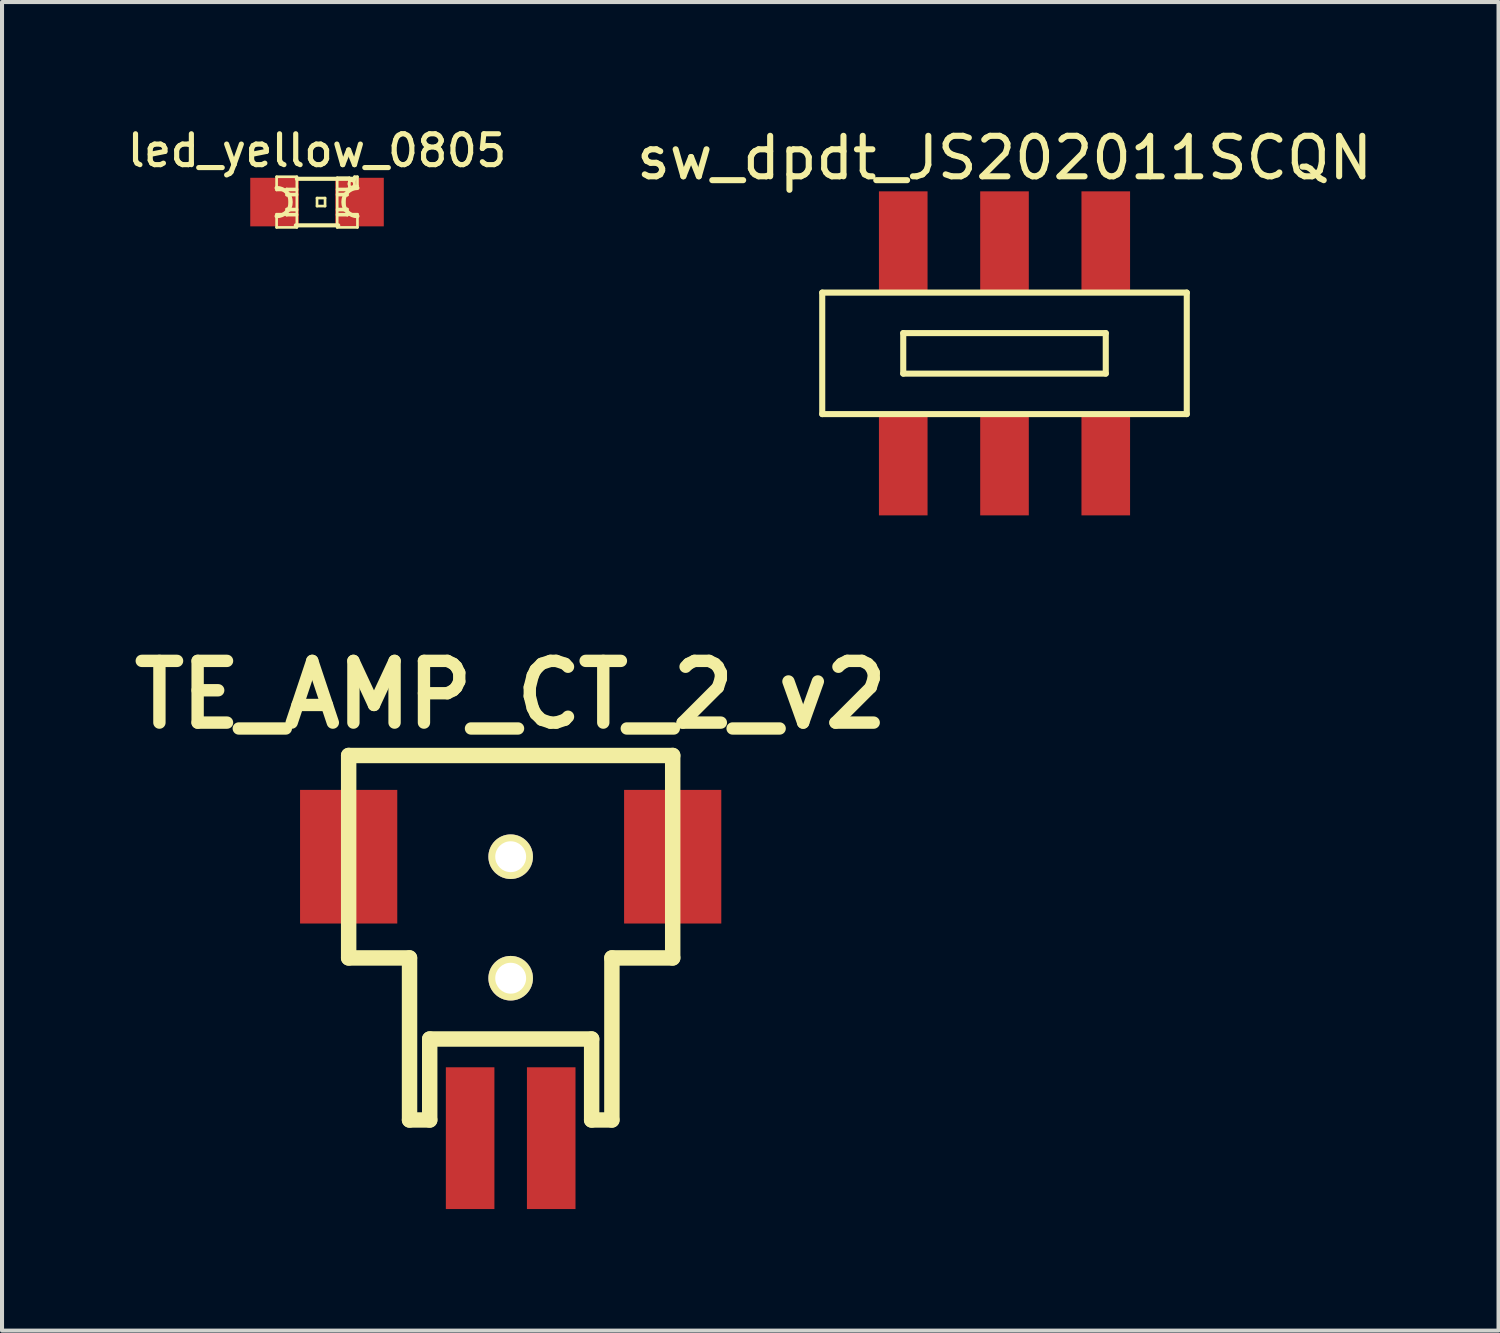
<source format=kicad_pcb>
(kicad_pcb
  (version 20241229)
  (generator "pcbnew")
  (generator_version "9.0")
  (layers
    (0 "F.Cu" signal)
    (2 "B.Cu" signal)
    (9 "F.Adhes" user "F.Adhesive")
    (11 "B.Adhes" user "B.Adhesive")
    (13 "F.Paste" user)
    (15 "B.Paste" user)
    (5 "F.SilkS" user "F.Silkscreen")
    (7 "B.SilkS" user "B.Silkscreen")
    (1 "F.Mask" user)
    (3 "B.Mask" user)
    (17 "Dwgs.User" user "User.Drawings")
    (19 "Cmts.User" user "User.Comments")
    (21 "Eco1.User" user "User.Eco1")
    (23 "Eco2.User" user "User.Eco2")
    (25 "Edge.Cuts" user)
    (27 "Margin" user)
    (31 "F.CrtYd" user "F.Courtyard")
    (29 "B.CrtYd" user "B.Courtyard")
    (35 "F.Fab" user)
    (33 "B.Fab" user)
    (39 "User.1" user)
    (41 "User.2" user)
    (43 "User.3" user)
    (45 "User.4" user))
  (footprint "led_yellow_0805"
    (layer "F.Cu")
    (at 4.777 1.939)
    (property "Reference" "led_yellow_0805" (at 0 -1.27 0) (layer "F.SilkS") (effects (font (size 0.762 0.762) (thickness 0.127))))
    (attr smd)
    (fp_line (start -0.998 -0.625) (end -0.998 -0.3) (stroke (width 0.066) (type solid)) (layer "F.SilkS"))
    (fp_line (start -0.998 -0.625) (end -0.498 -0.625) (stroke (width 0.066) (type solid)) (layer "F.SilkS"))
    (fp_line (start -0.998 -0.3) (end -0.498 -0.3) (stroke (width 0.066) (type solid)) (layer "F.SilkS"))
    (fp_line (start -0.998 0.3) (end -0.998 0.625) (stroke (width 0.066) (type solid)) (layer "F.SilkS"))
    (fp_line (start -0.998 0.3) (end -0.498 0.3) (stroke (width 0.066) (type solid)) (layer "F.SilkS"))
    (fp_line (start -0.998 0.625) (end -0.498 0.625) (stroke (width 0.066) (type solid)) (layer "F.SilkS"))
    (fp_line (start -0.749 -0.323) (end -0.749 -0.173) (stroke (width 0.066) (type solid)) (layer "F.SilkS"))
    (fp_line (start -0.749 -0.323) (end -0.498 -0.323) (stroke (width 0.066) (type solid)) (layer "F.SilkS"))
    (fp_line (start -0.749 -0.173) (end -0.498 -0.173) (stroke (width 0.066) (type solid)) (layer "F.SilkS"))
    (fp_line (start -0.749 0.173) (end -0.749 0.323) (stroke (width 0.066) (type solid)) (layer "F.SilkS"))
    (fp_line (start -0.749 0.173) (end -0.498 0.173) (stroke (width 0.066) (type solid)) (layer "F.SilkS"))
    (fp_line (start -0.749 0.323) (end -0.498 0.323) (stroke (width 0.066) (type solid)) (layer "F.SilkS"))
    (fp_line (start -0.673 -0.198) (end -0.673 0.198) (stroke (width 0.066) (type solid)) (layer "F.SilkS"))
    (fp_line (start -0.673 -0.198) (end -0.498 -0.198) (stroke (width 0.066) (type solid)) (layer "F.SilkS"))
    (fp_line (start -0.673 0.198) (end -0.498 0.198) (stroke (width 0.066) (type solid)) (layer "F.SilkS"))
    (fp_line (start -0.498 -0.625) (end -0.498 -0.3) (stroke (width 0.066) (type solid)) (layer "F.SilkS"))
    (fp_line (start -0.498 -0.574) (end 0.925 -0.574) (stroke (width 0.102) (type solid)) (layer "F.SilkS"))
    (fp_line (start -0.498 -0.323) (end -0.498 -0.173) (stroke (width 0.066) (type solid)) (layer "F.SilkS"))
    (fp_line (start -0.498 -0.198) (end -0.498 0.198) (stroke (width 0.066) (type solid)) (layer "F.SilkS"))
    (fp_line (start -0.498 0.173) (end -0.498 0.323) (stroke (width 0.066) (type solid)) (layer "F.SilkS"))
    (fp_line (start -0.498 0.3) (end -0.498 0.625) (stroke (width 0.066) (type solid)) (layer "F.SilkS"))
    (fp_line (start 0 -0.099) (end 0 0.099) (stroke (width 0.066) (type solid)) (layer "F.SilkS"))
    (fp_line (start 0 -0.099) (end 0.198 -0.099) (stroke (width 0.066) (type solid)) (layer "F.SilkS"))
    (fp_line (start 0 0.099) (end 0.198 0.099) (stroke (width 0.066) (type solid)) (layer "F.SilkS"))
    (fp_line (start 0.198 -0.099) (end 0.198 0.099) (stroke (width 0.066) (type solid)) (layer "F.SilkS"))
    (fp_line (start 0.498 -0.599) (end 0.498 -0.3) (stroke (width 0.066) (type solid)) (layer "F.SilkS"))
    (fp_line (start 0.498 -0.599) (end 0.798 -0.599) (stroke (width 0.066) (type solid)) (layer "F.SilkS"))
    (fp_line (start 0.498 -0.323) (end 0.498 -0.173) (stroke (width 0.066) (type solid)) (layer "F.SilkS"))
    (fp_line (start 0.498 -0.323) (end 0.749 -0.323) (stroke (width 0.066) (type solid)) (layer "F.SilkS"))
    (fp_line (start 0.498 -0.3) (end 0.798 -0.3) (stroke (width 0.066) (type solid)) (layer "F.SilkS"))
    (fp_line (start 0.498 -0.198) (end 0.498 0.198) (stroke (width 0.066) (type solid)) (layer "F.SilkS"))
    (fp_line (start 0.498 -0.198) (end 0.673 -0.198) (stroke (width 0.066) (type solid)) (layer "F.SilkS"))
    (fp_line (start 0.498 -0.173) (end 0.749 -0.173) (stroke (width 0.066) (type solid)) (layer "F.SilkS"))
    (fp_line (start 0.498 0.173) (end 0.498 0.323) (stroke (width 0.066) (type solid)) (layer "F.SilkS"))
    (fp_line (start 0.498 0.173) (end 0.749 0.173) (stroke (width 0.066) (type solid)) (layer "F.SilkS"))
    (fp_line (start 0.498 0.198) (end 0.673 0.198) (stroke (width 0.066) (type solid)) (layer "F.SilkS"))
    (fp_line (start 0.498 0.3) (end 0.498 0.625) (stroke (width 0.066) (type solid)) (layer "F.SilkS"))
    (fp_line (start 0.498 0.3) (end 0.998 0.3) (stroke (width 0.066) (type solid)) (layer "F.SilkS"))
    (fp_line (start 0.498 0.323) (end 0.749 0.323) (stroke (width 0.066) (type solid)) (layer "F.SilkS"))
    (fp_line (start 0.498 0.625) (end 0.998 0.625) (stroke (width 0.066) (type solid)) (layer "F.SilkS"))
    (fp_line (start 0.523 0.574) (end -0.523 0.574) (stroke (width 0.102) (type solid)) (layer "F.SilkS"))
    (fp_line (start 0.673 -0.198) (end 0.673 0.198) (stroke (width 0.066) (type solid)) (layer "F.SilkS"))
    (fp_line (start 0.749 -0.323) (end 0.749 -0.173) (stroke (width 0.066) (type solid)) (layer "F.SilkS"))
    (fp_line (start 0.749 0.173) (end 0.749 0.323) (stroke (width 0.066) (type solid)) (layer "F.SilkS"))
    (fp_line (start 0.798 -0.599) (end 0.798 -0.3) (stroke (width 0.066) (type solid)) (layer "F.SilkS"))
    (fp_line (start 0.925 -0.625) (end 0.925 -0.399) (stroke (width 0.066) (type solid)) (layer "F.SilkS"))
    (fp_line (start 0.925 -0.625) (end 0.998 -0.625) (stroke (width 0.066) (type solid)) (layer "F.SilkS"))
    (fp_line (start 0.925 -0.399) (end 0.998 -0.399) (stroke (width 0.066) (type solid)) (layer "F.SilkS"))
    (fp_line (start 0.998 -0.625) (end 0.998 -0.399) (stroke (width 0.066) (type solid)) (layer "F.SilkS"))
    (fp_line (start 0.998 0.3) (end 0.998 0.625) (stroke (width 0.066) (type solid)) (layer "F.SilkS"))
    (fp_arc (start -0.99822 -0.34798) (mid -0.65024 0) (end -0.99822 0.34798) (stroke (width 0.1016) (type solid)) (layer "F.SilkS"))
    (fp_arc (start 0.99822 0.34798) (mid 0.65024 0) (end 0.99822 -0.34798) (stroke (width 0.1016) (type solid)) (layer "F.SilkS"))
    (fp_circle (center 0.848 -0.45) (end 0.899 -0.5) (stroke (width 0.051) (type solid)) (fill no) (layer "F.SilkS"))
    (pad "1" smd rect (at -1.049 0) (size 1.199 1.199) (layers "F.Cu" "F.Mask" "F.Paste"))
    (pad "2" smd rect (at 1.049 0) (size 1.199 1.199) (layers "F.Cu" "F.Mask" "F.Paste")))
  (footprint "sw_dpdt_JS202011SCQN"
    (layer "F.Cu")
    (at 21.75 5.674)
    (property "Reference" "sw_dpdt_JS202011SCQN" (at 0 -4.826 0) (layer "F.SilkS") (effects (font (size 1 1) (thickness 0.15))))
    (attr through_hole)
    (fp_line (start -4.5 -1.5) (end 4.5 -1.5) (stroke (width 0.15) (type solid)) (layer "F.SilkS"))
    (fp_line (start -4.5 1.5) (end -4.5 -1.5) (stroke (width 0.15) (type solid)) (layer "F.SilkS"))
    (fp_line (start -2.5 -0.5) (end 2.5 -0.5) (stroke (width 0.15) (type solid)) (layer "F.SilkS"))
    (fp_line (start -2.5 0.5) (end -2.5 -0.5) (stroke (width 0.15) (type solid)) (layer "F.SilkS"))
    (fp_line (start 2.5 -0.5) (end 2.5 0.5) (stroke (width 0.15) (type solid)) (layer "F.SilkS"))
    (fp_line (start 2.5 0.5) (end -2.5 0.5) (stroke (width 0.15) (type solid)) (layer "F.SilkS"))
    (fp_line (start 4.5 -1.5) (end 4.5 1.5) (stroke (width 0.15) (type solid)) (layer "F.SilkS"))
    (fp_line (start 4.5 1.5) (end -4.5 1.5) (stroke (width 0.15) (type solid)) (layer "F.SilkS"))
    (pad "1" smd rect (at -2.5 2.75) (size 1.2 2.5) (layers "F.Cu" "F.Mask" "F.Paste"))
    (pad "2" smd rect (at 0 2.75) (size 1.2 2.5) (layers "F.Cu" "F.Mask" "F.Paste"))
    (pad "3" smd rect (at 2.5 2.75) (size 1.2 2.5) (layers "F.Cu" "F.Mask" "F.Paste"))
    (pad "4" smd rect (at 2.5 -2.75) (size 1.2 2.5) (layers "F.Cu" "F.Mask" "F.Paste"))
    (pad "5" smd rect (at 0 -2.75) (size 1.2 2.5) (layers "F.Cu" "F.Mask" "F.Paste"))
    (pad "6" smd rect (at -2.5 -2.75) (size 1.2 2.5) (layers "F.Cu" "F.Mask" "F.Paste")))
  (footprint "TE_AMP_CT_2_v2"
    (layer "F.Cu")
    (at 9.558 18.101)
    (property "Reference" "TE_AMP_CT_2_v2" (at 0 -4 0) (layer "F.SilkS") (effects (font (size 1.524 1.524) (thickness 0.305))))
    (attr through_hole)
    (fp_line (start -4 -2.499) (end 4 -2.499) (stroke (width 0.381) (type solid)) (layer "F.SilkS"))
    (fp_line (start -4 2.499) (end -4 -2.499) (stroke (width 0.381) (type solid)) (layer "F.SilkS"))
    (fp_line (start -2.499 2.499) (end -4 2.499) (stroke (width 0.381) (type solid)) (layer "F.SilkS"))
    (fp_line (start -2.497 6.5) (end -2.497 2.499) (stroke (width 0.381) (type solid)) (layer "F.SilkS"))
    (fp_line (start -1.999 4.501) (end -1.999 6.5) (stroke (width 0.381) (type solid)) (layer "F.SilkS"))
    (fp_line (start -1.999 6.5) (end -2.497 6.5) (stroke (width 0.381) (type solid)) (layer "F.SilkS"))
    (fp_line (start 1.999 4.501) (end -1.999 4.501) (stroke (width 0.381) (type solid)) (layer "F.SilkS"))
    (fp_line (start 1.999 6.5) (end 1.999 4.501) (stroke (width 0.381) (type solid)) (layer "F.SilkS"))
    (fp_line (start 2.497 6.5) (end 1.999 6.5) (stroke (width 0.381) (type solid)) (layer "F.SilkS"))
    (fp_line (start 2.499 2.499) (end 2.499 6.5) (stroke (width 0.381) (type solid)) (layer "F.SilkS"))
    (fp_line (start 4 -2.499) (end 4 2.499) (stroke (width 0.381) (type solid)) (layer "F.SilkS"))
    (fp_line (start 4 2.499) (end 2.499 2.499) (stroke (width 0.381) (type solid)) (layer "F.SilkS"))
    (pad "" smd rect (at -4 0) (size 2.4 3.299) (layers "F.Cu" "F.Mask" "F.Paste"))
    (pad "" np_thru_hole circle (at 0 0) (size 1.1 1.1) (drill 0.762) (layers "*.Cu" "*.Mask" "F.SilkS"))
    (pad "" np_thru_hole circle (at 0 3) (size 1.1 1.1) (drill 0.762) (layers "*.Cu" "*.Mask" "F.SilkS"))
    (pad "" smd rect (at 4 0) (size 2.4 3.299) (layers "F.Cu" "F.Mask" "F.Paste"))
    (pad "1" smd rect (at 1.001 6.949) (size 1.199 3.5) (layers "F.Cu" "F.Mask" "F.Paste"))
    (pad "2" smd rect (at -1.001 6.949) (size 1.199 3.5) (layers "F.Cu" "F.Mask" "F.Paste")))
  (gr_rect
    (start -3 -3)
    (end 33.947 29.801)
    (stroke (width 0.1) (type default))
    (fill no)
    (layer "Edge.Cuts")))
</source>
